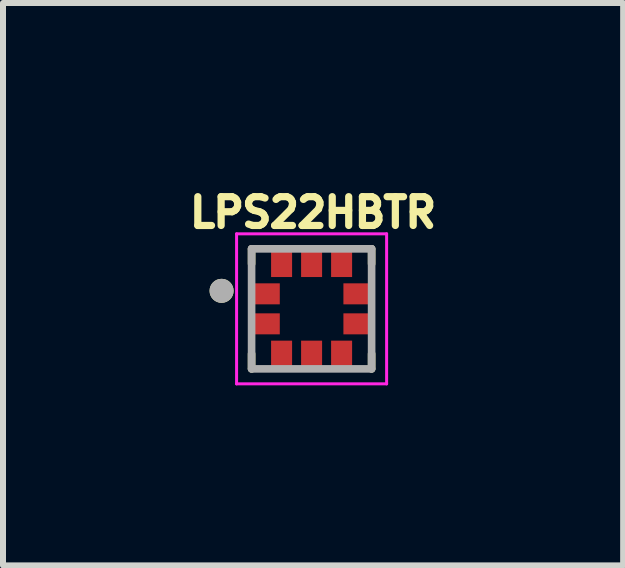
<source format=kicad_pcb>
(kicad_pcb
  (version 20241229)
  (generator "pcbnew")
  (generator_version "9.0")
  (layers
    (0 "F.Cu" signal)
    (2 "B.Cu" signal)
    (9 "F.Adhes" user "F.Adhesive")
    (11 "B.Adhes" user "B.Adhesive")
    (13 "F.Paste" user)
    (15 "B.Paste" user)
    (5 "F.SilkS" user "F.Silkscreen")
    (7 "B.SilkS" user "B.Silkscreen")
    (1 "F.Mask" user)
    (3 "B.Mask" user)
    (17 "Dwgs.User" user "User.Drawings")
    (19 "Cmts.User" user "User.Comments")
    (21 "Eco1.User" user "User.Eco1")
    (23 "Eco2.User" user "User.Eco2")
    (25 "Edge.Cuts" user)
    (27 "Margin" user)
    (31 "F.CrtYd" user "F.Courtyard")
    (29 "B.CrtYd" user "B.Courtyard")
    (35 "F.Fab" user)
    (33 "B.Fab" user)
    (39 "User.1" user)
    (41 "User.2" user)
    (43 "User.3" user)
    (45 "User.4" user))
  (footprint "LPS22HBTR"
    (layer "F.Cu")
    (at 2.142 2.096)
    (property "Reference" "LPS22HBTR" (at 0.024 -1.605 0) (layer "F.SilkS") (effects (font (size 0.48 0.48) (thickness 0.12))))
    (attr smd)
    (fp_line (start -1 -0.75) (end -1 -1) (stroke (width 0.127) (type solid)) (layer "F.SilkS"))
    (fp_line (start -1 1) (end -1 0.75) (stroke (width 0.127) (type solid)) (layer "F.SilkS"))
    (fp_line (start 1 -1) (end 1 -0.75) (stroke (width 0.127) (type solid)) (layer "F.SilkS"))
    (fp_line (start 1 1) (end 1 0.75) (stroke (width 0.127) (type solid)) (layer "F.SilkS"))
    (fp_circle (center -1.5 -0.3) (end -1.4 -0.3) (stroke (width 0.2) (type solid)) (fill no) (layer "F.SilkS"))
    (fp_line (start -1.25 -1.25) (end 1.25 -1.25) (stroke (width 0.05) (type solid)) (layer "F.CrtYd"))
    (fp_line (start -1.25 1.25) (end -1.25 -1.25) (stroke (width 0.05) (type solid)) (layer "F.CrtYd"))
    (fp_line (start 1.25 -1.25) (end 1.25 1.25) (stroke (width 0.05) (type solid)) (layer "F.CrtYd"))
    (fp_line (start 1.25 1.25) (end -1.25 1.25) (stroke (width 0.05) (type solid)) (layer "F.CrtYd"))
    (fp_line (start -1 -1) (end 1 -1) (stroke (width 0.127) (type solid)) (layer "F.Fab"))
    (fp_line (start -1 1) (end -1 -1) (stroke (width 0.127) (type solid)) (layer "F.Fab"))
    (fp_line (start 1 -1) (end 1 1) (stroke (width 0.127) (type solid)) (layer "F.Fab"))
    (fp_line (start 1 1) (end -1 1) (stroke (width 0.127) (type solid)) (layer "F.Fab"))
    (fp_circle (center -1.5 -0.3) (end -1.4 -0.3) (stroke (width 0.2) (type solid)) (fill no) (layer "F.Fab"))
    (pad "1" smd rect (at -0.745 -0.25) (size 0.43 0.35) (layers "F.Cu" "F.Mask" "F.Paste"))
    (pad "2" smd rect (at -0.745 0.25) (size 0.43 0.35) (layers "F.Cu" "F.Mask" "F.Paste"))
    (pad "3" smd rect (at -0.5 0.745) (size 0.35 0.43) (layers "F.Cu" "F.Mask" "F.Paste"))
    (pad "4" smd rect (at 0 0.745) (size 0.35 0.43) (layers "F.Cu" "F.Mask" "F.Paste"))
    (pad "5" smd rect (at 0.5 0.745) (size 0.35 0.43) (layers "F.Cu" "F.Mask" "F.Paste"))
    (pad "6" smd rect (at 0.745 0.25) (size 0.43 0.35) (layers "F.Cu" "F.Mask" "F.Paste"))
    (pad "7" smd rect (at 0.745 -0.25) (size 0.43 0.35) (layers "F.Cu" "F.Mask" "F.Paste"))
    (pad "8" smd rect (at 0.5 -0.745) (size 0.35 0.43) (layers "F.Cu" "F.Mask" "F.Paste"))
    (pad "9" smd rect (at 0 -0.745) (size 0.35 0.43) (layers "F.Cu" "F.Mask" "F.Paste"))
    (pad "10" smd rect (at -0.5 -0.745) (size 0.35 0.43) (layers "F.Cu" "F.Mask" "F.Paste")))
  (gr_rect
    (start -3 -3)
    (end 7.333 6.371)
    (stroke (width 0.1) (type default))
    (fill no)
    (layer "Edge.Cuts")))
</source>
